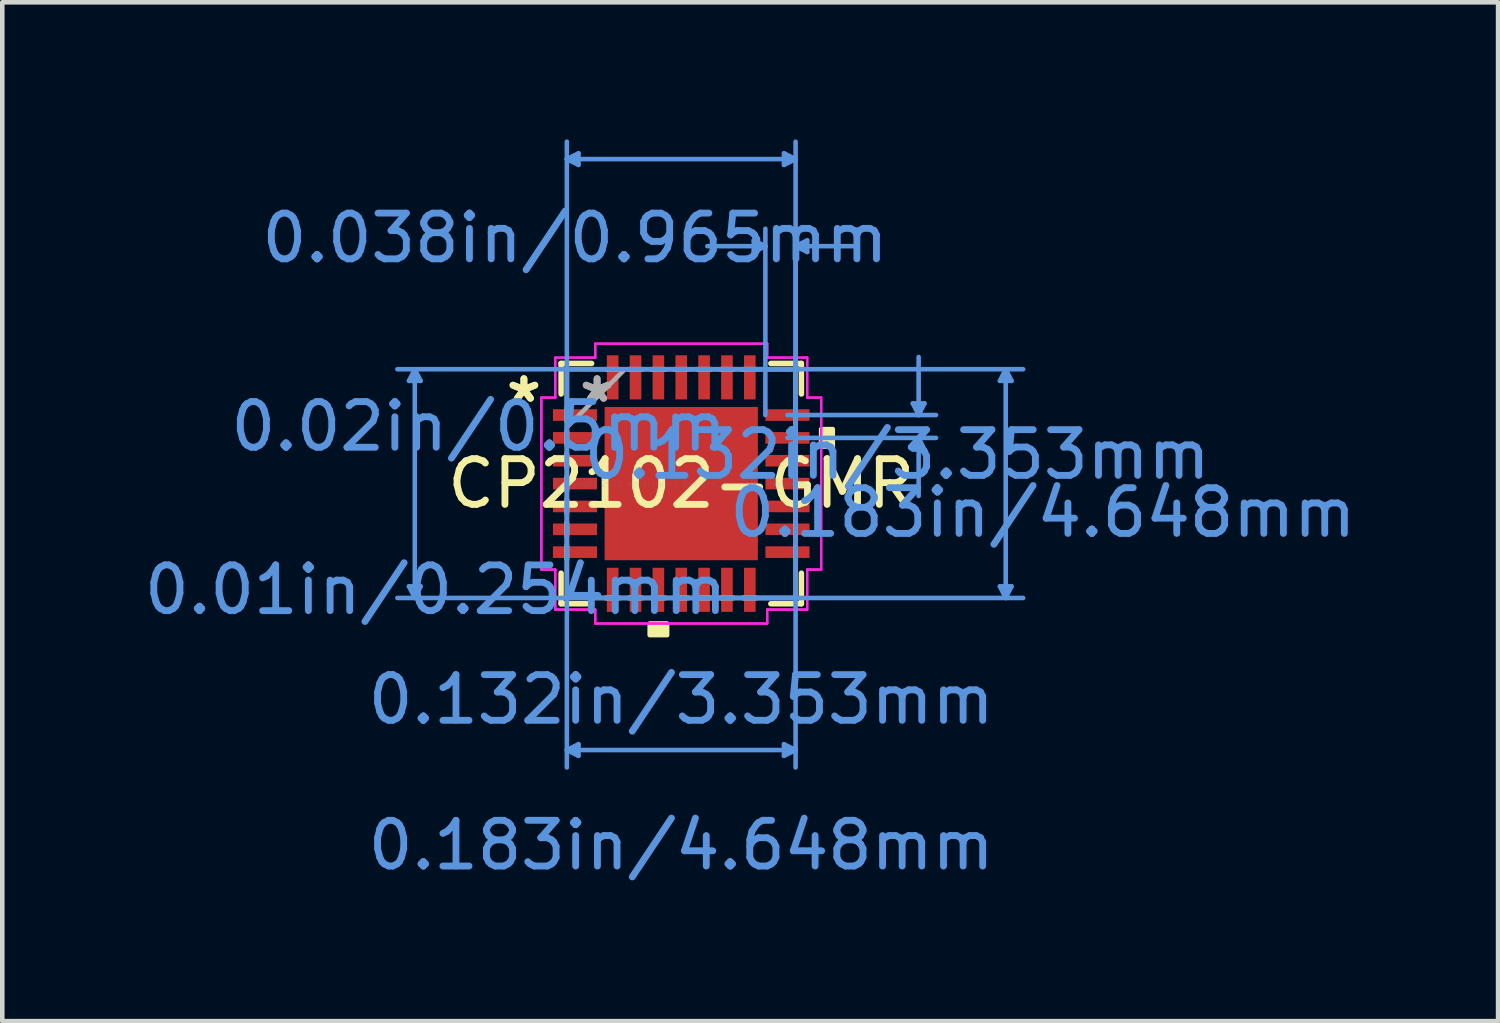
<source format=kicad_pcb>
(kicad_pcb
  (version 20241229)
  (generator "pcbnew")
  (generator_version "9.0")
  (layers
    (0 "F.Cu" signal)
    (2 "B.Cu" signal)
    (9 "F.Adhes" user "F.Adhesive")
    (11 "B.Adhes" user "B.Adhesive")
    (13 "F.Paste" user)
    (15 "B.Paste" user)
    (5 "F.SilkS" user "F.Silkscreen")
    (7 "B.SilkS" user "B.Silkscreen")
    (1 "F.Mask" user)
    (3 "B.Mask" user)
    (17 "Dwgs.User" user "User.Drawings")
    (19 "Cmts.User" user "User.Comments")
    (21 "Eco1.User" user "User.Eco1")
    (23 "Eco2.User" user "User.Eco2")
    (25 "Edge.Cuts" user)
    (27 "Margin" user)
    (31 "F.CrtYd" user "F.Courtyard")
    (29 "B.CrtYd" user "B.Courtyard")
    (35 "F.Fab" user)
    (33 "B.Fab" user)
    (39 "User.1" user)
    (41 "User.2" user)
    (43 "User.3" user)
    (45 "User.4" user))
  (footprint "CP2102-GMR"
    (layer "F.Cu")
    (at 11.854 7.53)
    (property "Reference" "CP2102-GMR" (at 0 0 0) (layer "F.SilkS") (effects (font (size 1 1) (thickness 0.15))))
    (attr through_hole)
    (fp_line (start -2.629 -2.629) (end -2.629 -1.96) (stroke (width 0.12) (type solid)) (layer "F.SilkS"))
    (fp_line (start -2.629 1.96) (end -2.629 2.629) (stroke (width 0.12) (type solid)) (layer "F.SilkS"))
    (fp_line (start -2.629 2.629) (end -1.96 2.629) (stroke (width 0.12) (type solid)) (layer "F.SilkS"))
    (fp_line (start -1.96 -2.629) (end -2.629 -2.629) (stroke (width 0.12) (type solid)) (layer "F.SilkS"))
    (fp_line (start 1.96 2.629) (end 2.629 2.629) (stroke (width 0.12) (type solid)) (layer "F.SilkS"))
    (fp_line (start 2.629 -2.629) (end 1.96 -2.629) (stroke (width 0.12) (type solid)) (layer "F.SilkS"))
    (fp_line (start 2.629 -1.96) (end 2.629 -2.629) (stroke (width 0.12) (type solid)) (layer "F.SilkS"))
    (fp_line (start 2.629 2.629) (end 2.629 1.96) (stroke (width 0.12) (type solid)) (layer "F.SilkS"))
    (fp_poly (pts (xy -0.69 3.061) (xy -0.69 3.315) (xy -0.309 3.315) (xy -0.309 3.061)) (stroke (width 0.1) (type solid)) (fill yes) (layer "F.SilkS"))
    (fp_poly (pts (xy 3.315 -1.191) (xy 3.315 -0.81) (xy 3.061 -0.81) (xy 3.061 -1.191)) (stroke (width 0.1) (type solid)) (fill yes) (layer "F.SilkS"))
    (fp_poly (pts (xy -1.576 -1.576) (xy -1.576 -0.1) (xy -0.1 -0.1) (xy -0.1 -1.576)) (stroke (width 0.1) (type solid)) (fill yes) (layer "F.Paste"))
    (fp_poly (pts (xy -1.576 0.1) (xy -1.576 1.576) (xy -0.1 1.576) (xy -0.1 0.1)) (stroke (width 0.1) (type solid)) (fill yes) (layer "F.Paste"))
    (fp_poly (pts (xy 0.1 -1.576) (xy 0.1 -0.1) (xy 1.576 -0.1) (xy 1.576 -1.576)) (stroke (width 0.1) (type solid)) (fill yes) (layer "F.Paste"))
    (fp_poly (pts (xy 0.1 0.1) (xy 0.1 1.576) (xy 1.576 1.576) (xy 1.576 0.1)) (stroke (width 0.1) (type solid)) (fill yes) (layer "F.Paste"))
    (fp_line (start -5.956 -2.248) (end -5.702 -2.248) (stroke (width 0.1) (type solid)) (layer "Cmts.User"))
    (fp_line (start -5.956 2.248) (end -5.702 2.248) (stroke (width 0.1) (type solid)) (layer "Cmts.User"))
    (fp_line (start -5.829 -2.502) (end -5.956 -2.248) (stroke (width 0.1) (type solid)) (layer "Cmts.User"))
    (fp_line (start -5.829 -2.502) (end -5.829 2.502) (stroke (width 0.1) (type solid)) (layer "Cmts.User"))
    (fp_line (start -5.829 -2.502) (end -5.702 -2.248) (stroke (width 0.1) (type solid)) (layer "Cmts.User"))
    (fp_line (start -5.829 2.502) (end -5.956 2.248) (stroke (width 0.1) (type solid)) (layer "Cmts.User"))
    (fp_line (start -5.829 2.502) (end -5.702 2.248) (stroke (width 0.1) (type solid)) (layer "Cmts.User"))
    (fp_line (start -2.502 -7.099) (end -2.248 -7.226) (stroke (width 0.1) (type solid)) (layer "Cmts.User"))
    (fp_line (start -2.502 -7.099) (end -2.248 -6.972) (stroke (width 0.1) (type solid)) (layer "Cmts.User"))
    (fp_line (start -2.502 -7.099) (end 2.502 -7.099) (stroke (width 0.1) (type solid)) (layer "Cmts.User"))
    (fp_line (start -2.502 -2.502) (end -2.502 6.21) (stroke (width 0.1) (type solid)) (layer "Cmts.User"))
    (fp_line (start -2.502 -1.5) (end -2.502 -7.48) (stroke (width 0.1) (type solid)) (layer "Cmts.User"))
    (fp_line (start -2.502 5.829) (end -2.248 5.702) (stroke (width 0.1) (type solid)) (layer "Cmts.User"))
    (fp_line (start -2.502 5.829) (end -2.248 5.956) (stroke (width 0.1) (type solid)) (layer "Cmts.User"))
    (fp_line (start -2.502 5.829) (end 2.502 5.829) (stroke (width 0.1) (type solid)) (layer "Cmts.User"))
    (fp_line (start -2.248 -7.226) (end -2.248 -6.972) (stroke (width 0.1) (type solid)) (layer "Cmts.User"))
    (fp_line (start -2.248 5.702) (end -2.248 5.956) (stroke (width 0.1) (type solid)) (layer "Cmts.User"))
    (fp_line (start 1.5 -2.502) (end 7.48 -2.502) (stroke (width 0.1) (type solid)) (layer "Cmts.User"))
    (fp_line (start 1.5 2.502) (end 7.48 2.502) (stroke (width 0.1) (type solid)) (layer "Cmts.User"))
    (fp_line (start 1.587 -5.321) (end 1.587 -5.067) (stroke (width 0.1) (type solid)) (layer "Cmts.User"))
    (fp_line (start 1.841 -5.194) (end 0.572 -5.194) (stroke (width 0.1) (type solid)) (layer "Cmts.User"))
    (fp_line (start 1.841 -5.194) (end 1.587 -5.321) (stroke (width 0.1) (type solid)) (layer "Cmts.User"))
    (fp_line (start 1.841 -5.194) (end 1.587 -5.067) (stroke (width 0.1) (type solid)) (layer "Cmts.User"))
    (fp_line (start 1.841 -1.5) (end 1.841 -5.575) (stroke (width 0.1) (type solid)) (layer "Cmts.User"))
    (fp_line (start 2.248 -7.226) (end 2.248 -6.972) (stroke (width 0.1) (type solid)) (layer "Cmts.User"))
    (fp_line (start 2.248 5.702) (end 2.248 5.956) (stroke (width 0.1) (type solid)) (layer "Cmts.User"))
    (fp_line (start 2.324 -1.5) (end 5.575 -1.5) (stroke (width 0.1) (type solid)) (layer "Cmts.User"))
    (fp_line (start 2.324 -1) (end 5.575 -1) (stroke (width 0.1) (type solid)) (layer "Cmts.User"))
    (fp_line (start 2.502 -7.099) (end 2.248 -7.226) (stroke (width 0.1) (type solid)) (layer "Cmts.User"))
    (fp_line (start 2.502 -7.099) (end 2.248 -6.972) (stroke (width 0.1) (type solid)) (layer "Cmts.User"))
    (fp_line (start 2.502 -5.194) (end 2.756 -5.321) (stroke (width 0.1) (type solid)) (layer "Cmts.User"))
    (fp_line (start 2.502 -5.194) (end 2.756 -5.067) (stroke (width 0.1) (type solid)) (layer "Cmts.User"))
    (fp_line (start 2.502 -5.194) (end 3.772 -5.194) (stroke (width 0.1) (type solid)) (layer "Cmts.User"))
    (fp_line (start 2.502 -2.502) (end -6.21 -2.502) (stroke (width 0.1) (type solid)) (layer "Cmts.User"))
    (fp_line (start 2.502 -2.502) (end 2.502 6.21) (stroke (width 0.1) (type solid)) (layer "Cmts.User"))
    (fp_line (start 2.502 -1.5) (end 2.502 -7.48) (stroke (width 0.1) (type solid)) (layer "Cmts.User"))
    (fp_line (start 2.502 -1.5) (end 2.502 -5.575) (stroke (width 0.1) (type solid)) (layer "Cmts.User"))
    (fp_line (start 2.502 2.502) (end -6.21 2.502) (stroke (width 0.1) (type solid)) (layer "Cmts.User"))
    (fp_line (start 2.502 5.829) (end 2.248 5.702) (stroke (width 0.1) (type solid)) (layer "Cmts.User"))
    (fp_line (start 2.502 5.829) (end 2.248 5.956) (stroke (width 0.1) (type solid)) (layer "Cmts.User"))
    (fp_line (start 2.756 -5.321) (end 2.756 -5.067) (stroke (width 0.1) (type solid)) (layer "Cmts.User"))
    (fp_line (start 5.067 -1.754) (end 5.321 -1.754) (stroke (width 0.1) (type solid)) (layer "Cmts.User"))
    (fp_line (start 5.067 -0.746) (end 5.321 -0.746) (stroke (width 0.1) (type solid)) (layer "Cmts.User"))
    (fp_line (start 5.194 -1.5) (end 5.067 -1.754) (stroke (width 0.1) (type solid)) (layer "Cmts.User"))
    (fp_line (start 5.194 -1.5) (end 5.194 -2.77) (stroke (width 0.1) (type solid)) (layer "Cmts.User"))
    (fp_line (start 5.194 -1.5) (end 5.321 -1.754) (stroke (width 0.1) (type solid)) (layer "Cmts.User"))
    (fp_line (start 5.194 -1) (end 5.067 -0.746) (stroke (width 0.1) (type solid)) (layer "Cmts.User"))
    (fp_line (start 5.194 -1) (end 5.194 0.27) (stroke (width 0.1) (type solid)) (layer "Cmts.User"))
    (fp_line (start 5.194 -1) (end 5.321 -0.746) (stroke (width 0.1) (type solid)) (layer "Cmts.User"))
    (fp_line (start 6.972 -2.248) (end 7.226 -2.248) (stroke (width 0.1) (type solid)) (layer "Cmts.User"))
    (fp_line (start 6.972 2.248) (end 7.226 2.248) (stroke (width 0.1) (type solid)) (layer "Cmts.User"))
    (fp_line (start 7.099 -2.502) (end 6.972 -2.248) (stroke (width 0.1) (type solid)) (layer "Cmts.User"))
    (fp_line (start 7.099 -2.502) (end 7.099 2.502) (stroke (width 0.1) (type solid)) (layer "Cmts.User"))
    (fp_line (start 7.099 -2.502) (end 7.226 -2.248) (stroke (width 0.1) (type solid)) (layer "Cmts.User"))
    (fp_line (start 7.099 2.502) (end 6.972 2.248) (stroke (width 0.1) (type solid)) (layer "Cmts.User"))
    (fp_line (start 7.099 2.502) (end 7.226 2.248) (stroke (width 0.1) (type solid)) (layer "Cmts.User"))
    (fp_line (start -3.061 -1.881) (end -2.756 -1.881) (stroke (width 0.05) (type solid)) (layer "F.CrtYd"))
    (fp_line (start -3.061 -1.881) (end -2.756 -1.881) (stroke (width 0.05) (type solid)) (layer "F.CrtYd"))
    (fp_line (start -3.061 1.881) (end -3.061 -1.881) (stroke (width 0.05) (type solid)) (layer "F.CrtYd"))
    (fp_line (start -3.061 1.881) (end -3.061 -1.881) (stroke (width 0.05) (type solid)) (layer "F.CrtYd"))
    (fp_line (start -2.756 -2.756) (end -1.881 -2.756) (stroke (width 0.05) (type solid)) (layer "F.CrtYd"))
    (fp_line (start -2.756 -2.756) (end -1.881 -2.756) (stroke (width 0.05) (type solid)) (layer "F.CrtYd"))
    (fp_line (start -2.756 -1.881) (end -2.756 -2.756) (stroke (width 0.05) (type solid)) (layer "F.CrtYd"))
    (fp_line (start -2.756 -1.881) (end -2.756 -2.756) (stroke (width 0.05) (type solid)) (layer "F.CrtYd"))
    (fp_line (start -2.756 1.881) (end -3.061 1.881) (stroke (width 0.05) (type solid)) (layer "F.CrtYd"))
    (fp_line (start -2.756 1.881) (end -3.061 1.881) (stroke (width 0.05) (type solid)) (layer "F.CrtYd"))
    (fp_line (start -2.756 2.756) (end -2.756 1.881) (stroke (width 0.05) (type solid)) (layer "F.CrtYd"))
    (fp_line (start -2.756 2.756) (end -2.756 1.881) (stroke (width 0.05) (type solid)) (layer "F.CrtYd"))
    (fp_line (start -1.881 -3.061) (end 1.881 -3.061) (stroke (width 0.05) (type solid)) (layer "F.CrtYd"))
    (fp_line (start -1.881 -3.061) (end 1.881 -3.061) (stroke (width 0.05) (type solid)) (layer "F.CrtYd"))
    (fp_line (start -1.881 -2.756) (end -1.881 -3.061) (stroke (width 0.05) (type solid)) (layer "F.CrtYd"))
    (fp_line (start -1.881 -2.756) (end -1.881 -3.061) (stroke (width 0.05) (type solid)) (layer "F.CrtYd"))
    (fp_line (start -1.881 2.756) (end -2.756 2.756) (stroke (width 0.05) (type solid)) (layer "F.CrtYd"))
    (fp_line (start -1.881 2.756) (end -2.756 2.756) (stroke (width 0.05) (type solid)) (layer "F.CrtYd"))
    (fp_line (start -1.881 3.061) (end -1.881 2.756) (stroke (width 0.05) (type solid)) (layer "F.CrtYd"))
    (fp_line (start -1.881 3.061) (end -1.881 2.756) (stroke (width 0.05) (type solid)) (layer "F.CrtYd"))
    (fp_line (start 1.881 -3.061) (end 1.881 -2.756) (stroke (width 0.05) (type solid)) (layer "F.CrtYd"))
    (fp_line (start 1.881 -3.061) (end 1.881 -2.756) (stroke (width 0.05) (type solid)) (layer "F.CrtYd"))
    (fp_line (start 1.881 -2.756) (end 2.756 -2.756) (stroke (width 0.05) (type solid)) (layer "F.CrtYd"))
    (fp_line (start 1.881 -2.756) (end 2.756 -2.756) (stroke (width 0.05) (type solid)) (layer "F.CrtYd"))
    (fp_line (start 1.881 2.756) (end 1.881 3.061) (stroke (width 0.05) (type solid)) (layer "F.CrtYd"))
    (fp_line (start 1.881 2.756) (end 1.881 3.061) (stroke (width 0.05) (type solid)) (layer "F.CrtYd"))
    (fp_line (start 1.881 3.061) (end -1.881 3.061) (stroke (width 0.05) (type solid)) (layer "F.CrtYd"))
    (fp_line (start 1.881 3.061) (end -1.881 3.061) (stroke (width 0.05) (type solid)) (layer "F.CrtYd"))
    (fp_line (start 2.756 -2.756) (end 2.756 -1.881) (stroke (width 0.05) (type solid)) (layer "F.CrtYd"))
    (fp_line (start 2.756 -2.756) (end 2.756 -1.881) (stroke (width 0.05) (type solid)) (layer "F.CrtYd"))
    (fp_line (start 2.756 -1.881) (end 3.061 -1.881) (stroke (width 0.05) (type solid)) (layer "F.CrtYd"))
    (fp_line (start 2.756 -1.881) (end 3.061 -1.881) (stroke (width 0.05) (type solid)) (layer "F.CrtYd"))
    (fp_line (start 2.756 1.881) (end 2.756 2.756) (stroke (width 0.05) (type solid)) (layer "F.CrtYd"))
    (fp_line (start 2.756 1.881) (end 2.756 2.756) (stroke (width 0.05) (type solid)) (layer "F.CrtYd"))
    (fp_line (start 2.756 2.756) (end 1.881 2.756) (stroke (width 0.05) (type solid)) (layer "F.CrtYd"))
    (fp_line (start 2.756 2.756) (end 1.881 2.756) (stroke (width 0.05) (type solid)) (layer "F.CrtYd"))
    (fp_line (start 3.061 -1.881) (end 3.061 1.881) (stroke (width 0.05) (type solid)) (layer "F.CrtYd"))
    (fp_line (start 3.061 -1.881) (end 3.061 1.881) (stroke (width 0.05) (type solid)) (layer "F.CrtYd"))
    (fp_line (start 3.061 1.881) (end 2.756 1.881) (stroke (width 0.05) (type solid)) (layer "F.CrtYd"))
    (fp_line (start 3.061 1.881) (end 2.756 1.881) (stroke (width 0.05) (type solid)) (layer "F.CrtYd"))
    (fp_line (start -2.502 -2.502) (end -2.502 -2.502) (stroke (width 0.1) (type solid)) (layer "F.Fab"))
    (fp_line (start -2.502 -2.502) (end -2.502 2.502) (stroke (width 0.1) (type solid)) (layer "F.Fab"))
    (fp_line (start -2.502 -1.652) (end -2.502 -1.652) (stroke (width 0.1) (type solid)) (layer "F.Fab"))
    (fp_line (start -2.502 -1.652) (end -2.502 -1.348) (stroke (width 0.1) (type solid)) (layer "F.Fab"))
    (fp_line (start -2.502 -1.348) (end -2.502 -1.652) (stroke (width 0.1) (type solid)) (layer "F.Fab"))
    (fp_line (start -2.502 -1.348) (end -2.502 -1.348) (stroke (width 0.1) (type solid)) (layer "F.Fab"))
    (fp_line (start -2.502 -1.232) (end -1.232 -2.502) (stroke (width 0.1) (type solid)) (layer "F.Fab"))
    (fp_line (start -2.502 -1.152) (end -2.502 -1.152) (stroke (width 0.1) (type solid)) (layer "F.Fab"))
    (fp_line (start -2.502 -1.152) (end -2.502 -0.848) (stroke (width 0.1) (type solid)) (layer "F.Fab"))
    (fp_line (start -2.502 -0.848) (end -2.502 -1.152) (stroke (width 0.1) (type solid)) (layer "F.Fab"))
    (fp_line (start -2.502 -0.848) (end -2.502 -0.848) (stroke (width 0.1) (type solid)) (layer "F.Fab"))
    (fp_line (start -2.502 -0.652) (end -2.502 -0.652) (stroke (width 0.1) (type solid)) (layer "F.Fab"))
    (fp_line (start -2.502 -0.652) (end -2.502 -0.348) (stroke (width 0.1) (type solid)) (layer "F.Fab"))
    (fp_line (start -2.502 -0.348) (end -2.502 -0.652) (stroke (width 0.1) (type solid)) (layer "F.Fab"))
    (fp_line (start -2.502 -0.348) (end -2.502 -0.348) (stroke (width 0.1) (type solid)) (layer "F.Fab"))
    (fp_line (start -2.502 -0.152) (end -2.502 -0.152) (stroke (width 0.1) (type solid)) (layer "F.Fab"))
    (fp_line (start -2.502 -0.152) (end -2.502 0.152) (stroke (width 0.1) (type solid)) (layer "F.Fab"))
    (fp_line (start -2.502 0.152) (end -2.502 -0.152) (stroke (width 0.1) (type solid)) (layer "F.Fab"))
    (fp_line (start -2.502 0.152) (end -2.502 0.152) (stroke (width 0.1) (type solid)) (layer "F.Fab"))
    (fp_line (start -2.502 0.348) (end -2.502 0.348) (stroke (width 0.1) (type solid)) (layer "F.Fab"))
    (fp_line (start -2.502 0.348) (end -2.502 0.652) (stroke (width 0.1) (type solid)) (layer "F.Fab"))
    (fp_line (start -2.502 0.652) (end -2.502 0.348) (stroke (width 0.1) (type solid)) (layer "F.Fab"))
    (fp_line (start -2.502 0.652) (end -2.502 0.652) (stroke (width 0.1) (type solid)) (layer "F.Fab"))
    (fp_line (start -2.502 0.848) (end -2.502 0.848) (stroke (width 0.1) (type solid)) (layer "F.Fab"))
    (fp_line (start -2.502 0.848) (end -2.502 1.152) (stroke (width 0.1) (type solid)) (layer "F.Fab"))
    (fp_line (start -2.502 1.152) (end -2.502 0.848) (stroke (width 0.1) (type solid)) (layer "F.Fab"))
    (fp_line (start -2.502 1.152) (end -2.502 1.152) (stroke (width 0.1) (type solid)) (layer "F.Fab"))
    (fp_line (start -2.502 1.348) (end -2.502 1.348) (stroke (width 0.1) (type solid)) (layer "F.Fab"))
    (fp_line (start -2.502 1.348) (end -2.502 1.652) (stroke (width 0.1) (type solid)) (layer "F.Fab"))
    (fp_line (start -2.502 1.652) (end -2.502 1.348) (stroke (width 0.1) (type solid)) (layer "F.Fab"))
    (fp_line (start -2.502 1.652) (end -2.502 1.652) (stroke (width 0.1) (type solid)) (layer "F.Fab"))
    (fp_line (start -2.502 2.502) (end -2.502 2.502) (stroke (width 0.1) (type solid)) (layer "F.Fab"))
    (fp_line (start -2.502 2.502) (end 2.502 2.502) (stroke (width 0.1) (type solid)) (layer "F.Fab"))
    (fp_line (start -1.652 -2.502) (end -1.652 -2.502) (stroke (width 0.1) (type solid)) (layer "F.Fab"))
    (fp_line (start -1.652 -2.502) (end -1.348 -2.502) (stroke (width 0.1) (type solid)) (layer "F.Fab"))
    (fp_line (start -1.652 2.502) (end -1.652 2.502) (stroke (width 0.1) (type solid)) (layer "F.Fab"))
    (fp_line (start -1.652 2.502) (end -1.348 2.502) (stroke (width 0.1) (type solid)) (layer "F.Fab"))
    (fp_line (start -1.348 -2.502) (end -1.652 -2.502) (stroke (width 0.1) (type solid)) (layer "F.Fab"))
    (fp_line (start -1.348 -2.502) (end -1.348 -2.502) (stroke (width 0.1) (type solid)) (layer "F.Fab"))
    (fp_line (start -1.348 2.502) (end -1.652 2.502) (stroke (width 0.1) (type solid)) (layer "F.Fab"))
    (fp_line (start -1.348 2.502) (end -1.348 2.502) (stroke (width 0.1) (type solid)) (layer "F.Fab"))
    (fp_line (start -1.152 -2.502) (end -1.152 -2.502) (stroke (width 0.1) (type solid)) (layer "F.Fab"))
    (fp_line (start -1.152 -2.502) (end -0.848 -2.502) (stroke (width 0.1) (type solid)) (layer "F.Fab"))
    (fp_line (start -1.152 2.502) (end -1.152 2.502) (stroke (width 0.1) (type solid)) (layer "F.Fab"))
    (fp_line (start -1.152 2.502) (end -0.848 2.502) (stroke (width 0.1) (type solid)) (layer "F.Fab"))
    (fp_line (start -0.848 -2.502) (end -1.152 -2.502) (stroke (width 0.1) (type solid)) (layer "F.Fab"))
    (fp_line (start -0.848 -2.502) (end -0.848 -2.502) (stroke (width 0.1) (type solid)) (layer "F.Fab"))
    (fp_line (start -0.848 2.502) (end -1.152 2.502) (stroke (width 0.1) (type solid)) (layer "F.Fab"))
    (fp_line (start -0.848 2.502) (end -0.848 2.502) (stroke (width 0.1) (type solid)) (layer "F.Fab"))
    (fp_line (start -0.652 -2.502) (end -0.652 -2.502) (stroke (width 0.1) (type solid)) (layer "F.Fab"))
    (fp_line (start -0.652 -2.502) (end -0.348 -2.502) (stroke (width 0.1) (type solid)) (layer "F.Fab"))
    (fp_line (start -0.652 2.502) (end -0.652 2.502) (stroke (width 0.1) (type solid)) (layer "F.Fab"))
    (fp_line (start -0.652 2.502) (end -0.348 2.502) (stroke (width 0.1) (type solid)) (layer "F.Fab"))
    (fp_line (start -0.348 -2.502) (end -0.652 -2.502) (stroke (width 0.1) (type solid)) (layer "F.Fab"))
    (fp_line (start -0.348 -2.502) (end -0.348 -2.502) (stroke (width 0.1) (type solid)) (layer "F.Fab"))
    (fp_line (start -0.348 2.502) (end -0.652 2.502) (stroke (width 0.1) (type solid)) (layer "F.Fab"))
    (fp_line (start -0.348 2.502) (end -0.348 2.502) (stroke (width 0.1) (type solid)) (layer "F.Fab"))
    (fp_line (start -0.152 -2.502) (end -0.152 -2.502) (stroke (width 0.1) (type solid)) (layer "F.Fab"))
    (fp_line (start -0.152 -2.502) (end 0.152 -2.502) (stroke (width 0.1) (type solid)) (layer "F.Fab"))
    (fp_line (start -0.152 2.502) (end -0.152 2.502) (stroke (width 0.1) (type solid)) (layer "F.Fab"))
    (fp_line (start -0.152 2.502) (end 0.152 2.502) (stroke (width 0.1) (type solid)) (layer "F.Fab"))
    (fp_line (start 0.152 -2.502) (end -0.152 -2.502) (stroke (width 0.1) (type solid)) (layer "F.Fab"))
    (fp_line (start 0.152 -2.502) (end 0.152 -2.502) (stroke (width 0.1) (type solid)) (layer "F.Fab"))
    (fp_line (start 0.152 2.502) (end -0.152 2.502) (stroke (width 0.1) (type solid)) (layer "F.Fab"))
    (fp_line (start 0.152 2.502) (end 0.152 2.502) (stroke (width 0.1) (type solid)) (layer "F.Fab"))
    (fp_line (start 0.348 -2.502) (end 0.348 -2.502) (stroke (width 0.1) (type solid)) (layer "F.Fab"))
    (fp_line (start 0.348 -2.502) (end 0.652 -2.502) (stroke (width 0.1) (type solid)) (layer "F.Fab"))
    (fp_line (start 0.348 2.502) (end 0.348 2.502) (stroke (width 0.1) (type solid)) (layer "F.Fab"))
    (fp_line (start 0.348 2.502) (end 0.652 2.502) (stroke (width 0.1) (type solid)) (layer "F.Fab"))
    (fp_line (start 0.652 -2.502) (end 0.348 -2.502) (stroke (width 0.1) (type solid)) (layer "F.Fab"))
    (fp_line (start 0.652 -2.502) (end 0.652 -2.502) (stroke (width 0.1) (type solid)) (layer "F.Fab"))
    (fp_line (start 0.652 2.502) (end 0.348 2.502) (stroke (width 0.1) (type solid)) (layer "F.Fab"))
    (fp_line (start 0.652 2.502) (end 0.652 2.502) (stroke (width 0.1) (type solid)) (layer "F.Fab"))
    (fp_line (start 0.848 -2.502) (end 0.848 -2.502) (stroke (width 0.1) (type solid)) (layer "F.Fab"))
    (fp_line (start 0.848 -2.502) (end 1.152 -2.502) (stroke (width 0.1) (type solid)) (layer "F.Fab"))
    (fp_line (start 0.848 2.502) (end 0.848 2.502) (stroke (width 0.1) (type solid)) (layer "F.Fab"))
    (fp_line (start 0.848 2.502) (end 1.152 2.502) (stroke (width 0.1) (type solid)) (layer "F.Fab"))
    (fp_line (start 1.152 -2.502) (end 0.848 -2.502) (stroke (width 0.1) (type solid)) (layer "F.Fab"))
    (fp_line (start 1.152 -2.502) (end 1.152 -2.502) (stroke (width 0.1) (type solid)) (layer "F.Fab"))
    (fp_line (start 1.152 2.502) (end 0.848 2.502) (stroke (width 0.1) (type solid)) (layer "F.Fab"))
    (fp_line (start 1.152 2.502) (end 1.152 2.502) (stroke (width 0.1) (type solid)) (layer "F.Fab"))
    (fp_line (start 1.348 -2.502) (end 1.348 -2.502) (stroke (width 0.1) (type solid)) (layer "F.Fab"))
    (fp_line (start 1.348 -2.502) (end 1.652 -2.502) (stroke (width 0.1) (type solid)) (layer "F.Fab"))
    (fp_line (start 1.348 2.502) (end 1.348 2.502) (stroke (width 0.1) (type solid)) (layer "F.Fab"))
    (fp_line (start 1.348 2.502) (end 1.652 2.502) (stroke (width 0.1) (type solid)) (layer "F.Fab"))
    (fp_line (start 1.652 -2.502) (end 1.348 -2.502) (stroke (width 0.1) (type solid)) (layer "F.Fab"))
    (fp_line (start 1.652 -2.502) (end 1.652 -2.502) (stroke (width 0.1) (type solid)) (layer "F.Fab"))
    (fp_line (start 1.652 2.502) (end 1.348 2.502) (stroke (width 0.1) (type solid)) (layer "F.Fab"))
    (fp_line (start 1.652 2.502) (end 1.652 2.502) (stroke (width 0.1) (type solid)) (layer "F.Fab"))
    (fp_line (start 2.502 -2.502) (end -2.502 -2.502) (stroke (width 0.1) (type solid)) (layer "F.Fab"))
    (fp_line (start 2.502 -2.502) (end 2.502 -2.502) (stroke (width 0.1) (type solid)) (layer "F.Fab"))
    (fp_line (start 2.502 -1.652) (end 2.502 -1.652) (stroke (width 0.1) (type solid)) (layer "F.Fab"))
    (fp_line (start 2.502 -1.652) (end 2.502 -1.348) (stroke (width 0.1) (type solid)) (layer "F.Fab"))
    (fp_line (start 2.502 -1.348) (end 2.502 -1.652) (stroke (width 0.1) (type solid)) (layer "F.Fab"))
    (fp_line (start 2.502 -1.348) (end 2.502 -1.348) (stroke (width 0.1) (type solid)) (layer "F.Fab"))
    (fp_line (start 2.502 -1.152) (end 2.502 -1.152) (stroke (width 0.1) (type solid)) (layer "F.Fab"))
    (fp_line (start 2.502 -1.152) (end 2.502 -0.848) (stroke (width 0.1) (type solid)) (layer "F.Fab"))
    (fp_line (start 2.502 -0.848) (end 2.502 -1.152) (stroke (width 0.1) (type solid)) (layer "F.Fab"))
    (fp_line (start 2.502 -0.848) (end 2.502 -0.848) (stroke (width 0.1) (type solid)) (layer "F.Fab"))
    (fp_line (start 2.502 -0.652) (end 2.502 -0.652) (stroke (width 0.1) (type solid)) (layer "F.Fab"))
    (fp_line (start 2.502 -0.652) (end 2.502 -0.348) (stroke (width 0.1) (type solid)) (layer "F.Fab"))
    (fp_line (start 2.502 -0.348) (end 2.502 -0.652) (stroke (width 0.1) (type solid)) (layer "F.Fab"))
    (fp_line (start 2.502 -0.348) (end 2.502 -0.348) (stroke (width 0.1) (type solid)) (layer "F.Fab"))
    (fp_line (start 2.502 -0.152) (end 2.502 -0.152) (stroke (width 0.1) (type solid)) (layer "F.Fab"))
    (fp_line (start 2.502 -0.152) (end 2.502 0.152) (stroke (width 0.1) (type solid)) (layer "F.Fab"))
    (fp_line (start 2.502 0.152) (end 2.502 -0.152) (stroke (width 0.1) (type solid)) (layer "F.Fab"))
    (fp_line (start 2.502 0.152) (end 2.502 0.152) (stroke (width 0.1) (type solid)) (layer "F.Fab"))
    (fp_line (start 2.502 0.348) (end 2.502 0.348) (stroke (width 0.1) (type solid)) (layer "F.Fab"))
    (fp_line (start 2.502 0.348) (end 2.502 0.652) (stroke (width 0.1) (type solid)) (layer "F.Fab"))
    (fp_line (start 2.502 0.652) (end 2.502 0.348) (stroke (width 0.1) (type solid)) (layer "F.Fab"))
    (fp_line (start 2.502 0.652) (end 2.502 0.652) (stroke (width 0.1) (type solid)) (layer "F.Fab"))
    (fp_line (start 2.502 0.848) (end 2.502 0.848) (stroke (width 0.1) (type solid)) (layer "F.Fab"))
    (fp_line (start 2.502 0.848) (end 2.502 1.152) (stroke (width 0.1) (type solid)) (layer "F.Fab"))
    (fp_line (start 2.502 1.152) (end 2.502 0.848) (stroke (width 0.1) (type solid)) (layer "F.Fab"))
    (fp_line (start 2.502 1.152) (end 2.502 1.152) (stroke (width 0.1) (type solid)) (layer "F.Fab"))
    (fp_line (start 2.502 1.348) (end 2.502 1.348) (stroke (width 0.1) (type solid)) (layer "F.Fab"))
    (fp_line (start 2.502 1.348) (end 2.502 1.652) (stroke (width 0.1) (type solid)) (layer "F.Fab"))
    (fp_line (start 2.502 1.652) (end 2.502 1.348) (stroke (width 0.1) (type solid)) (layer "F.Fab"))
    (fp_line (start 2.502 1.652) (end 2.502 1.652) (stroke (width 0.1) (type solid)) (layer "F.Fab"))
    (fp_line (start 2.502 2.502) (end 2.502 -2.502) (stroke (width 0.1) (type solid)) (layer "F.Fab"))
    (fp_line (start 2.502 2.502) (end 2.502 2.502) (stroke (width 0.1) (type solid)) (layer "F.Fab"))
    (fp_text user "*" (at -3.442 -1.75 0) (layer "F.SilkS") (effects (font (size 1 1) (thickness 0.15))))
    (fp_text user "*" (at -3.442 -1.75 0) (layer "F.SilkS") (effects (font (size 1 1) (thickness 0.15))))
    (fp_text user "0.183in/4.648mm" (at 0 7.912 0) (layer "Cmts.User") (effects (font (size 1 1) (thickness 0.15))))
    (fp_text user "0.132in/3.353mm" (at 4.724 -0.635 0) (layer "Cmts.User") (effects (font (size 1 1) (thickness 0.15))))
    (fp_text user "0.01in/0.254mm" (at -5.372 2.324 0) (layer "Cmts.User") (effects (font (size 1 1) (thickness 0.15))))
    (fp_text user "0.132in/3.353mm" (at 0 4.724 0) (layer "Cmts.User") (effects (font (size 1 1) (thickness 0.15))))
    (fp_text user "0.183in/4.648mm" (at 7.912 0.635 0) (layer "Cmts.User") (effects (font (size 1 1) (thickness 0.15))))
    (fp_text user "0.02in/0.5mm" (at -4.432 -1.25 0) (layer "Cmts.User") (effects (font (size 1 1) (thickness 0.15))))
    (fp_text user "0.038in/0.965mm" (at -2.324 -5.372 0) (layer "Cmts.User") (effects (font (size 1 1) (thickness 0.15))))
    (fp_text user "Copyright 2021 Accelerated Designs. All rights reserved." (at 0 0 0) (layer "Cmts.User") (effects (font (size 0.127 0.127) (thickness 0.002))))
    (fp_text user "*" (at -1.841 -1.75 0) (layer "F.Fab") (effects (font (size 1 1) (thickness 0.15))))
    (fp_text user "*" (at -1.841 -1.75 0) (layer "F.Fab") (effects (font (size 1 1) (thickness 0.15))))
    (pad "1" smd rect (at -2.324 -1.5 90) (size 0.254 0.965) (layers "F.Cu" "F.Mask" "F.Paste"))
    (pad "2" smd rect (at -2.324 -1 90) (size 0.254 0.965) (layers "F.Cu" "F.Mask" "F.Paste"))
    (pad "3" smd rect (at -2.324 -0.5 90) (size 0.254 0.965) (layers "F.Cu" "F.Mask" "F.Paste"))
    (pad "4" smd rect (at -2.324 0 90) (size 0.254 0.965) (layers "F.Cu" "F.Mask" "F.Paste"))
    (pad "5" smd rect (at -2.324 0.5 90) (size 0.254 0.965) (layers "F.Cu" "F.Mask" "F.Paste"))
    (pad "6" smd rect (at -2.324 1 90) (size 0.254 0.965) (layers "F.Cu" "F.Mask" "F.Paste"))
    (pad "7" smd rect (at -2.324 1.5 90) (size 0.254 0.965) (layers "F.Cu" "F.Mask" "F.Paste"))
    (pad "8" smd rect (at -1.5 2.324) (size 0.254 0.965) (layers "F.Cu" "F.Mask" "F.Paste"))
    (pad "9" smd rect (at -1 2.324) (size 0.254 0.965) (layers "F.Cu" "F.Mask" "F.Paste"))
    (pad "10" smd rect (at -0.5 2.324) (size 0.254 0.965) (layers "F.Cu" "F.Mask" "F.Paste"))
    (pad "11" smd rect (at 0 2.324) (size 0.254 0.965) (layers "F.Cu" "F.Mask" "F.Paste"))
    (pad "12" smd rect (at 0.5 2.324) (size 0.254 0.965) (layers "F.Cu" "F.Mask" "F.Paste"))
    (pad "13" smd rect (at 1 2.324) (size 0.254 0.965) (layers "F.Cu" "F.Mask" "F.Paste"))
    (pad "14" smd rect (at 1.5 2.324) (size 0.254 0.965) (layers "F.Cu" "F.Mask" "F.Paste"))
    (pad "15" smd rect (at 2.324 1.5 90) (size 0.254 0.965) (layers "F.Cu" "F.Mask" "F.Paste"))
    (pad "16" smd rect (at 2.324 1 90) (size 0.254 0.965) (layers "F.Cu" "F.Mask" "F.Paste"))
    (pad "17" smd rect (at 2.324 0.5 90) (size 0.254 0.965) (layers "F.Cu" "F.Mask" "F.Paste"))
    (pad "18" smd rect (at 2.324 0 90) (size 0.254 0.965) (layers "F.Cu" "F.Mask" "F.Paste"))
    (pad "19" smd rect (at 2.324 -0.5 90) (size 0.254 0.965) (layers "F.Cu" "F.Mask" "F.Paste"))
    (pad "20" smd rect (at 2.324 -1 90) (size 0.254 0.965) (layers "F.Cu" "F.Mask" "F.Paste"))
    (pad "21" smd rect (at 2.324 -1.5 90) (size 0.254 0.965) (layers "F.Cu" "F.Mask" "F.Paste"))
    (pad "22" smd rect (at 1.5 -2.324) (size 0.254 0.965) (layers "F.Cu" "F.Mask" "F.Paste"))
    (pad "23" smd rect (at 1 -2.324) (size 0.254 0.965) (layers "F.Cu" "F.Mask" "F.Paste"))
    (pad "24" smd rect (at 0.5 -2.324) (size 0.254 0.965) (layers "F.Cu" "F.Mask" "F.Paste"))
    (pad "25" smd rect (at 0 -2.324) (size 0.254 0.965) (layers "F.Cu" "F.Mask" "F.Paste"))
    (pad "26" smd rect (at -0.5 -2.324) (size 0.254 0.965) (layers "F.Cu" "F.Mask" "F.Paste"))
    (pad "27" smd rect (at -1 -2.324) (size 0.254 0.965) (layers "F.Cu" "F.Mask" "F.Paste"))
    (pad "28" smd rect (at -1.5 -2.324) (size 0.254 0.965) (layers "F.Cu" "F.Mask" "F.Paste"))
    (pad "29" smd rect (at 0 0) (size 3.353 3.353) (layers "F.Cu" "F.Mask")))
  (gr_rect
    (start -3 -3)
    (end 29.725 19.291)
    (stroke (width 0.1) (type default))
    (fill no)
    (layer "Edge.Cuts")))
</source>
